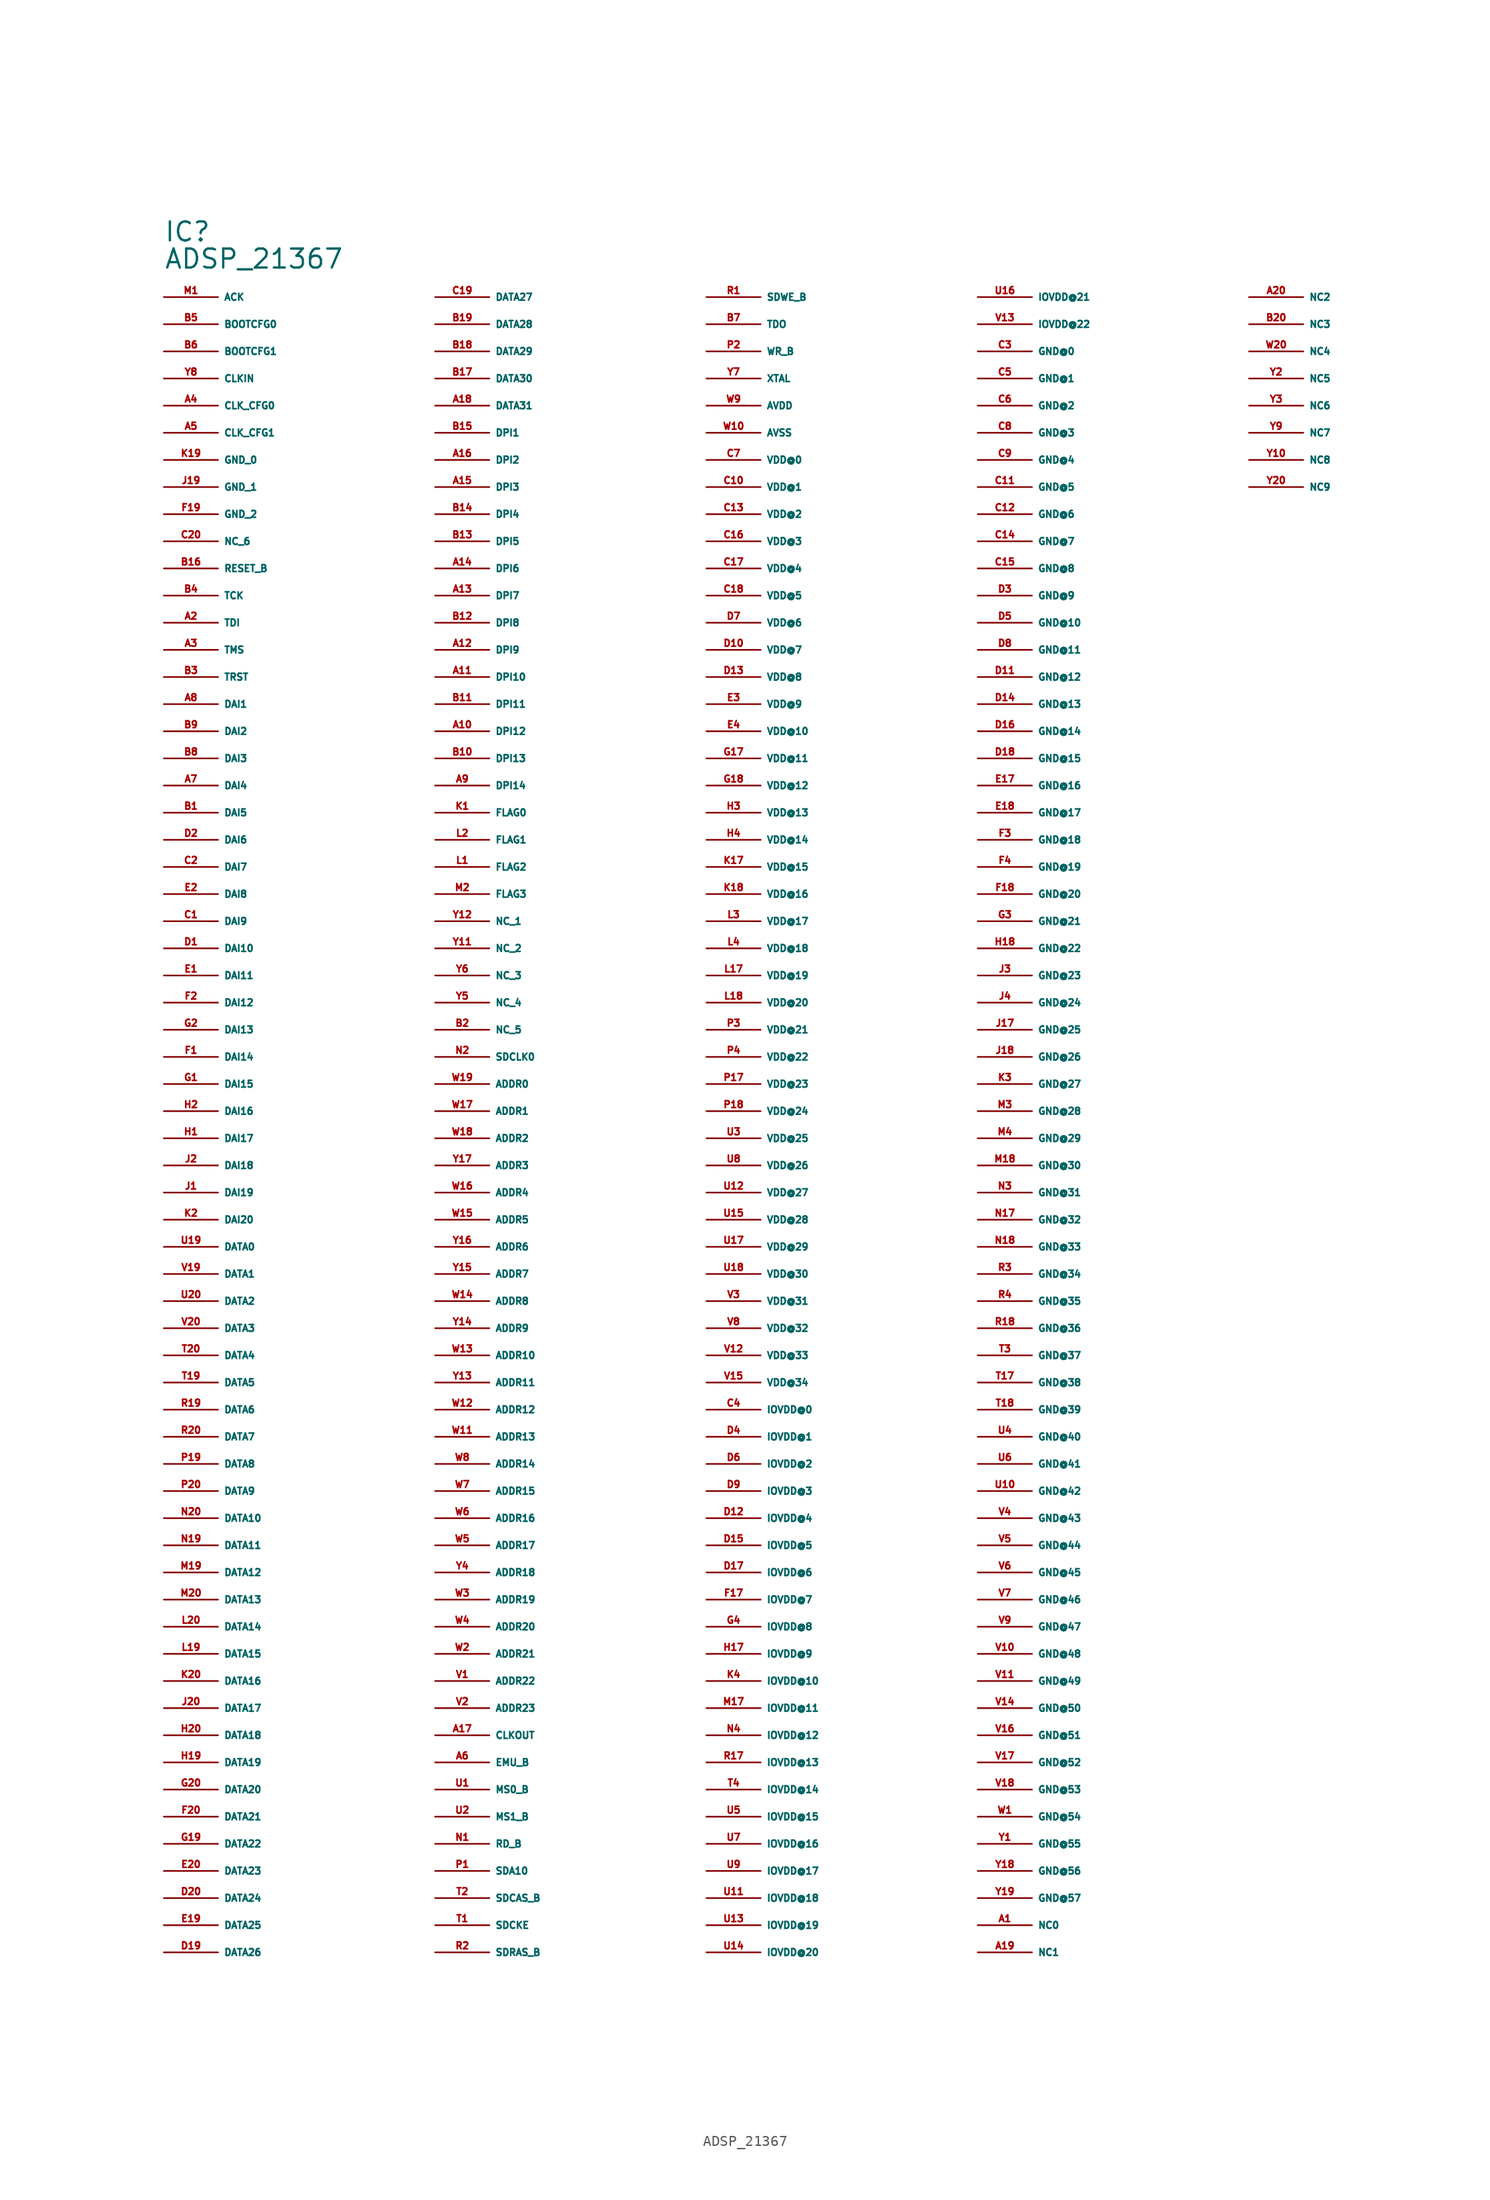
<source format=kicad_sym>
(kicad_symbol_lib
  (version 20220914)
  (generator Eagle2Kicad)
  (symbol "ADSP_21367"
    (property "Reference" "IC"
      (at -55.88 86.36 0)
      (effects (font (size 1.778 1.778) (thickness 0.22)) (justify left bottom)))
    (property "Value" "ADSP_21367"
      (at -55.88 83.82 0)
      (effects (font (size 1.778 1.778) (thickness 0.22)) (justify left bottom)))
    (pin input line
      (at -55.88 81.28 0)
      (length 5.08)
      (name "ACK" (effects (font (size 0.635 0.635) (thickness 0.08)) (justify left bottom)))
      (number "M1" (effects (font (size 0.635 0.635) (thickness 0.08)) (justify left bottom))))
    (pin input line
      (at -55.88 78.74 0)
      (length 5.08)
      (name "BOOTCFG0" (effects (font (size 0.635 0.635) (thickness 0.08)) (justify left bottom)))
      (number "B5" (effects (font (size 0.635 0.635) (thickness 0.08)) (justify left bottom))))
    (pin input line
      (at -55.88 76.2 0)
      (length 5.08)
      (name "BOOTCFG1" (effects (font (size 0.635 0.635) (thickness 0.08)) (justify left bottom)))
      (number "B6" (effects (font (size 0.635 0.635) (thickness 0.08)) (justify left bottom))))
    (pin input line
      (at -55.88 73.66 0)
      (length 5.08)
      (name "CLKIN" (effects (font (size 0.635 0.635) (thickness 0.08)) (justify left bottom)))
      (number "Y8" (effects (font (size 0.635 0.635) (thickness 0.08)) (justify left bottom))))
    (pin input line
      (at -55.88 71.12 0)
      (length 5.08)
      (name "CLK_CFG0" (effects (font (size 0.635 0.635) (thickness 0.08)) (justify left bottom)))
      (number "A4" (effects (font (size 0.635 0.635) (thickness 0.08)) (justify left bottom))))
    (pin input line
      (at -55.88 68.58 0)
      (length 5.08)
      (name "CLK_CFG1" (effects (font (size 0.635 0.635) (thickness 0.08)) (justify left bottom)))
      (number "A5" (effects (font (size 0.635 0.635) (thickness 0.08)) (justify left bottom))))
    (pin input line
      (at -55.88 66.04 0)
      (length 5.08)
      (name "GND_0" (effects (font (size 0.635 0.635) (thickness 0.08)) (justify left bottom)))
      (number "K19" (effects (font (size 0.635 0.635) (thickness 0.08)) (justify left bottom))))
    (pin input line
      (at -55.88 63.5 0)
      (length 5.08)
      (name "GND_1" (effects (font (size 0.635 0.635) (thickness 0.08)) (justify left bottom)))
      (number "J19" (effects (font (size 0.635 0.635) (thickness 0.08)) (justify left bottom))))
    (pin input line
      (at -55.88 60.96 0)
      (length 5.08)
      (name "GND_2" (effects (font (size 0.635 0.635) (thickness 0.08)) (justify left bottom)))
      (number "F19" (effects (font (size 0.635 0.635) (thickness 0.08)) (justify left bottom))))
    (pin input line
      (at -55.88 58.42 0)
      (length 5.08)
      (name "NC_6" (effects (font (size 0.635 0.635) (thickness 0.08)) (justify left bottom)))
      (number "C20" (effects (font (size 0.635 0.635) (thickness 0.08)) (justify left bottom))))
    (pin input line
      (at -55.88 55.88 0)
      (length 5.08)
      (name "RESET_B" (effects (font (size 0.635 0.635) (thickness 0.08)) (justify left bottom)))
      (number "B16" (effects (font (size 0.635 0.635) (thickness 0.08)) (justify left bottom))))
    (pin input line
      (at -55.88 53.34 0)
      (length 5.08)
      (name "TCK" (effects (font (size 0.635 0.635) (thickness 0.08)) (justify left bottom)))
      (number "B4" (effects (font (size 0.635 0.635) (thickness 0.08)) (justify left bottom))))
    (pin input line
      (at -55.88 50.8 0)
      (length 5.08)
      (name "TDI" (effects (font (size 0.635 0.635) (thickness 0.08)) (justify left bottom)))
      (number "A2" (effects (font (size 0.635 0.635) (thickness 0.08)) (justify left bottom))))
    (pin input line
      (at -55.88 48.26 0)
      (length 5.08)
      (name "TMS" (effects (font (size 0.635 0.635) (thickness 0.08)) (justify left bottom)))
      (number "A3" (effects (font (size 0.635 0.635) (thickness 0.08)) (justify left bottom))))
    (pin input line
      (at -55.88 45.72 0)
      (length 5.08)
      (name "TRST" (effects (font (size 0.635 0.635) (thickness 0.08)) (justify left bottom)))
      (number "B3" (effects (font (size 0.635 0.635) (thickness 0.08)) (justify left bottom))))
    (pin bidirectional line
      (at -55.88 43.18 0)
      (length 5.08)
      (name "DAI1" (effects (font (size 0.635 0.635) (thickness 0.08)) (justify left bottom)))
      (number "A8" (effects (font (size 0.635 0.635) (thickness 0.08)) (justify left bottom))))
    (pin bidirectional line
      (at -55.88 40.64 0)
      (length 5.08)
      (name "DAI2" (effects (font (size 0.635 0.635) (thickness 0.08)) (justify left bottom)))
      (number "B9" (effects (font (size 0.635 0.635) (thickness 0.08)) (justify left bottom))))
    (pin bidirectional line
      (at -55.88 38.1 0)
      (length 5.08)
      (name "DAI3" (effects (font (size 0.635 0.635) (thickness 0.08)) (justify left bottom)))
      (number "B8" (effects (font (size 0.635 0.635) (thickness 0.08)) (justify left bottom))))
    (pin bidirectional line
      (at -55.88 35.56 0)
      (length 5.08)
      (name "DAI4" (effects (font (size 0.635 0.635) (thickness 0.08)) (justify left bottom)))
      (number "A7" (effects (font (size 0.635 0.635) (thickness 0.08)) (justify left bottom))))
    (pin bidirectional line
      (at -55.88 33.02 0)
      (length 5.08)
      (name "DAI5" (effects (font (size 0.635 0.635) (thickness 0.08)) (justify left bottom)))
      (number "B1" (effects (font (size 0.635 0.635) (thickness 0.08)) (justify left bottom))))
    (pin bidirectional line
      (at -55.88 30.48 0)
      (length 5.08)
      (name "DAI6" (effects (font (size 0.635 0.635) (thickness 0.08)) (justify left bottom)))
      (number "D2" (effects (font (size 0.635 0.635) (thickness 0.08)) (justify left bottom))))
    (pin bidirectional line
      (at -55.88 27.94 0)
      (length 5.08)
      (name "DAI7" (effects (font (size 0.635 0.635) (thickness 0.08)) (justify left bottom)))
      (number "C2" (effects (font (size 0.635 0.635) (thickness 0.08)) (justify left bottom))))
    (pin bidirectional line
      (at -55.88 25.4 0)
      (length 5.08)
      (name "DAI8" (effects (font (size 0.635 0.635) (thickness 0.08)) (justify left bottom)))
      (number "E2" (effects (font (size 0.635 0.635) (thickness 0.08)) (justify left bottom))))
    (pin bidirectional line
      (at -55.88 22.86 0)
      (length 5.08)
      (name "DAI9" (effects (font (size 0.635 0.635) (thickness 0.08)) (justify left bottom)))
      (number "C1" (effects (font (size 0.635 0.635) (thickness 0.08)) (justify left bottom))))
    (pin bidirectional line
      (at -55.88 20.32 0)
      (length 5.08)
      (name "DAI10" (effects (font (size 0.635 0.635) (thickness 0.08)) (justify left bottom)))
      (number "D1" (effects (font (size 0.635 0.635) (thickness 0.08)) (justify left bottom))))
    (pin bidirectional line
      (at -55.88 17.78 0)
      (length 5.08)
      (name "DAI11" (effects (font (size 0.635 0.635) (thickness 0.08)) (justify left bottom)))
      (number "E1" (effects (font (size 0.635 0.635) (thickness 0.08)) (justify left bottom))))
    (pin bidirectional line
      (at -55.88 15.24 0)
      (length 5.08)
      (name "DAI12" (effects (font (size 0.635 0.635) (thickness 0.08)) (justify left bottom)))
      (number "F2" (effects (font (size 0.635 0.635) (thickness 0.08)) (justify left bottom))))
    (pin bidirectional line
      (at -55.88 12.7 0)
      (length 5.08)
      (name "DAI13" (effects (font (size 0.635 0.635) (thickness 0.08)) (justify left bottom)))
      (number "G2" (effects (font (size 0.635 0.635) (thickness 0.08)) (justify left bottom))))
    (pin bidirectional line
      (at -55.88 10.16 0)
      (length 5.08)
      (name "DAI14" (effects (font (size 0.635 0.635) (thickness 0.08)) (justify left bottom)))
      (number "F1" (effects (font (size 0.635 0.635) (thickness 0.08)) (justify left bottom))))
    (pin bidirectional line
      (at -55.88 7.62 0)
      (length 5.08)
      (name "DAI15" (effects (font (size 0.635 0.635) (thickness 0.08)) (justify left bottom)))
      (number "G1" (effects (font (size 0.635 0.635) (thickness 0.08)) (justify left bottom))))
    (pin bidirectional line
      (at -55.88 5.08 0)
      (length 5.08)
      (name "DAI16" (effects (font (size 0.635 0.635) (thickness 0.08)) (justify left bottom)))
      (number "H2" (effects (font (size 0.635 0.635) (thickness 0.08)) (justify left bottom))))
    (pin bidirectional line
      (at -55.88 2.54 0)
      (length 5.08)
      (name "DAI17" (effects (font (size 0.635 0.635) (thickness 0.08)) (justify left bottom)))
      (number "H1" (effects (font (size 0.635 0.635) (thickness 0.08)) (justify left bottom))))
    (pin bidirectional line
      (at -55.88 0 0)
      (length 5.08)
      (name "DAI18" (effects (font (size 0.635 0.635) (thickness 0.08)) (justify left bottom)))
      (number "J2" (effects (font (size 0.635 0.635) (thickness 0.08)) (justify left bottom))))
    (pin bidirectional line
      (at -55.88 -2.54 0)
      (length 5.08)
      (name "DAI19" (effects (font (size 0.635 0.635) (thickness 0.08)) (justify left bottom)))
      (number "J1" (effects (font (size 0.635 0.635) (thickness 0.08)) (justify left bottom))))
    (pin bidirectional line
      (at -55.88 -5.08 0)
      (length 5.08)
      (name "DAI20" (effects (font (size 0.635 0.635) (thickness 0.08)) (justify left bottom)))
      (number "K2" (effects (font (size 0.635 0.635) (thickness 0.08)) (justify left bottom))))
    (pin bidirectional line
      (at -55.88 -7.62 0)
      (length 5.08)
      (name "DATA0" (effects (font (size 0.635 0.635) (thickness 0.08)) (justify left bottom)))
      (number "U19" (effects (font (size 0.635 0.635) (thickness 0.08)) (justify left bottom))))
    (pin bidirectional line
      (at -55.88 -10.16 0)
      (length 5.08)
      (name "DATA1" (effects (font (size 0.635 0.635) (thickness 0.08)) (justify left bottom)))
      (number "V19" (effects (font (size 0.635 0.635) (thickness 0.08)) (justify left bottom))))
    (pin bidirectional line
      (at -55.88 -12.7 0)
      (length 5.08)
      (name "DATA2" (effects (font (size 0.635 0.635) (thickness 0.08)) (justify left bottom)))
      (number "U20" (effects (font (size 0.635 0.635) (thickness 0.08)) (justify left bottom))))
    (pin bidirectional line
      (at -55.88 -15.24 0)
      (length 5.08)
      (name "DATA3" (effects (font (size 0.635 0.635) (thickness 0.08)) (justify left bottom)))
      (number "V20" (effects (font (size 0.635 0.635) (thickness 0.08)) (justify left bottom))))
    (pin bidirectional line
      (at -55.88 -17.78 0)
      (length 5.08)
      (name "DATA4" (effects (font (size 0.635 0.635) (thickness 0.08)) (justify left bottom)))
      (number "T20" (effects (font (size 0.635 0.635) (thickness 0.08)) (justify left bottom))))
    (pin bidirectional line
      (at -55.88 -20.32 0)
      (length 5.08)
      (name "DATA5" (effects (font (size 0.635 0.635) (thickness 0.08)) (justify left bottom)))
      (number "T19" (effects (font (size 0.635 0.635) (thickness 0.08)) (justify left bottom))))
    (pin bidirectional line
      (at -55.88 -22.86 0)
      (length 5.08)
      (name "DATA6" (effects (font (size 0.635 0.635) (thickness 0.08)) (justify left bottom)))
      (number "R19" (effects (font (size 0.635 0.635) (thickness 0.08)) (justify left bottom))))
    (pin bidirectional line
      (at -55.88 -25.4 0)
      (length 5.08)
      (name "DATA7" (effects (font (size 0.635 0.635) (thickness 0.08)) (justify left bottom)))
      (number "R20" (effects (font (size 0.635 0.635) (thickness 0.08)) (justify left bottom))))
    (pin bidirectional line
      (at -55.88 -27.94 0)
      (length 5.08)
      (name "DATA8" (effects (font (size 0.635 0.635) (thickness 0.08)) (justify left bottom)))
      (number "P19" (effects (font (size 0.635 0.635) (thickness 0.08)) (justify left bottom))))
    (pin bidirectional line
      (at -55.88 -30.48 0)
      (length 5.08)
      (name "DATA9" (effects (font (size 0.635 0.635) (thickness 0.08)) (justify left bottom)))
      (number "P20" (effects (font (size 0.635 0.635) (thickness 0.08)) (justify left bottom))))
    (pin bidirectional line
      (at -55.88 -33.02 0)
      (length 5.08)
      (name "DATA10" (effects (font (size 0.635 0.635) (thickness 0.08)) (justify left bottom)))
      (number "N20" (effects (font (size 0.635 0.635) (thickness 0.08)) (justify left bottom))))
    (pin bidirectional line
      (at -55.88 -35.56 0)
      (length 5.08)
      (name "DATA11" (effects (font (size 0.635 0.635) (thickness 0.08)) (justify left bottom)))
      (number "N19" (effects (font (size 0.635 0.635) (thickness 0.08)) (justify left bottom))))
    (pin bidirectional line
      (at -55.88 -38.1 0)
      (length 5.08)
      (name "DATA12" (effects (font (size 0.635 0.635) (thickness 0.08)) (justify left bottom)))
      (number "M19" (effects (font (size 0.635 0.635) (thickness 0.08)) (justify left bottom))))
    (pin bidirectional line
      (at -55.88 -40.64 0)
      (length 5.08)
      (name "DATA13" (effects (font (size 0.635 0.635) (thickness 0.08)) (justify left bottom)))
      (number "M20" (effects (font (size 0.635 0.635) (thickness 0.08)) (justify left bottom))))
    (pin bidirectional line
      (at -55.88 -43.18 0)
      (length 5.08)
      (name "DATA14" (effects (font (size 0.635 0.635) (thickness 0.08)) (justify left bottom)))
      (number "L20" (effects (font (size 0.635 0.635) (thickness 0.08)) (justify left bottom))))
    (pin bidirectional line
      (at -55.88 -45.72 0)
      (length 5.08)
      (name "DATA15" (effects (font (size 0.635 0.635) (thickness 0.08)) (justify left bottom)))
      (number "L19" (effects (font (size 0.635 0.635) (thickness 0.08)) (justify left bottom))))
    (pin bidirectional line
      (at -55.88 -48.26 0)
      (length 5.08)
      (name "DATA16" (effects (font (size 0.635 0.635) (thickness 0.08)) (justify left bottom)))
      (number "K20" (effects (font (size 0.635 0.635) (thickness 0.08)) (justify left bottom))))
    (pin bidirectional line
      (at -55.88 -50.8 0)
      (length 5.08)
      (name "DATA17" (effects (font (size 0.635 0.635) (thickness 0.08)) (justify left bottom)))
      (number "J20" (effects (font (size 0.635 0.635) (thickness 0.08)) (justify left bottom))))
    (pin bidirectional line
      (at -55.88 -53.34 0)
      (length 5.08)
      (name "DATA18" (effects (font (size 0.635 0.635) (thickness 0.08)) (justify left bottom)))
      (number "H20" (effects (font (size 0.635 0.635) (thickness 0.08)) (justify left bottom))))
    (pin bidirectional line
      (at -55.88 -55.88 0)
      (length 5.08)
      (name "DATA19" (effects (font (size 0.635 0.635) (thickness 0.08)) (justify left bottom)))
      (number "H19" (effects (font (size 0.635 0.635) (thickness 0.08)) (justify left bottom))))
    (pin bidirectional line
      (at -55.88 -58.42 0)
      (length 5.08)
      (name "DATA20" (effects (font (size 0.635 0.635) (thickness 0.08)) (justify left bottom)))
      (number "G20" (effects (font (size 0.635 0.635) (thickness 0.08)) (justify left bottom))))
    (pin bidirectional line
      (at -55.88 -60.96 0)
      (length 5.08)
      (name "DATA21" (effects (font (size 0.635 0.635) (thickness 0.08)) (justify left bottom)))
      (number "F20" (effects (font (size 0.635 0.635) (thickness 0.08)) (justify left bottom))))
    (pin bidirectional line
      (at -55.88 -63.5 0)
      (length 5.08)
      (name "DATA22" (effects (font (size 0.635 0.635) (thickness 0.08)) (justify left bottom)))
      (number "G19" (effects (font (size 0.635 0.635) (thickness 0.08)) (justify left bottom))))
    (pin bidirectional line
      (at -55.88 -66.04 0)
      (length 5.08)
      (name "DATA23" (effects (font (size 0.635 0.635) (thickness 0.08)) (justify left bottom)))
      (number "E20" (effects (font (size 0.635 0.635) (thickness 0.08)) (justify left bottom))))
    (pin bidirectional line
      (at -55.88 -68.58 0)
      (length 5.08)
      (name "DATA24" (effects (font (size 0.635 0.635) (thickness 0.08)) (justify left bottom)))
      (number "D20" (effects (font (size 0.635 0.635) (thickness 0.08)) (justify left bottom))))
    (pin bidirectional line
      (at -55.88 -71.12 0)
      (length 5.08)
      (name "DATA25" (effects (font (size 0.635 0.635) (thickness 0.08)) (justify left bottom)))
      (number "E19" (effects (font (size 0.635 0.635) (thickness 0.08)) (justify left bottom))))
    (pin bidirectional line
      (at -55.88 -73.66 0)
      (length 5.08)
      (name "DATA26" (effects (font (size 0.635 0.635) (thickness 0.08)) (justify left bottom)))
      (number "D19" (effects (font (size 0.635 0.635) (thickness 0.08)) (justify left bottom))))
    (pin bidirectional line
      (at -30.48 81.28 0)
      (length 5.08)
      (name "DATA27" (effects (font (size 0.635 0.635) (thickness 0.08)) (justify left bottom)))
      (number "C19" (effects (font (size 0.635 0.635) (thickness 0.08)) (justify left bottom))))
    (pin bidirectional line
      (at -30.48 78.74 0)
      (length 5.08)
      (name "DATA28" (effects (font (size 0.635 0.635) (thickness 0.08)) (justify left bottom)))
      (number "B19" (effects (font (size 0.635 0.635) (thickness 0.08)) (justify left bottom))))
    (pin bidirectional line
      (at -30.48 76.2 0)
      (length 5.08)
      (name "DATA29" (effects (font (size 0.635 0.635) (thickness 0.08)) (justify left bottom)))
      (number "B18" (effects (font (size 0.635 0.635) (thickness 0.08)) (justify left bottom))))
    (pin bidirectional line
      (at -30.48 73.66 0)
      (length 5.08)
      (name "DATA30" (effects (font (size 0.635 0.635) (thickness 0.08)) (justify left bottom)))
      (number "B17" (effects (font (size 0.635 0.635) (thickness 0.08)) (justify left bottom))))
    (pin bidirectional line
      (at -30.48 71.12 0)
      (length 5.08)
      (name "DATA31" (effects (font (size 0.635 0.635) (thickness 0.08)) (justify left bottom)))
      (number "A18" (effects (font (size 0.635 0.635) (thickness 0.08)) (justify left bottom))))
    (pin bidirectional line
      (at -30.48 68.58 0)
      (length 5.08)
      (name "DPI1" (effects (font (size 0.635 0.635) (thickness 0.08)) (justify left bottom)))
      (number "B15" (effects (font (size 0.635 0.635) (thickness 0.08)) (justify left bottom))))
    (pin bidirectional line
      (at -30.48 66.04 0)
      (length 5.08)
      (name "DPI2" (effects (font (size 0.635 0.635) (thickness 0.08)) (justify left bottom)))
      (number "A16" (effects (font (size 0.635 0.635) (thickness 0.08)) (justify left bottom))))
    (pin bidirectional line
      (at -30.48 63.5 0)
      (length 5.08)
      (name "DPI3" (effects (font (size 0.635 0.635) (thickness 0.08)) (justify left bottom)))
      (number "A15" (effects (font (size 0.635 0.635) (thickness 0.08)) (justify left bottom))))
    (pin bidirectional line
      (at -30.48 60.96 0)
      (length 5.08)
      (name "DPI4" (effects (font (size 0.635 0.635) (thickness 0.08)) (justify left bottom)))
      (number "B14" (effects (font (size 0.635 0.635) (thickness 0.08)) (justify left bottom))))
    (pin bidirectional line
      (at -30.48 58.42 0)
      (length 5.08)
      (name "DPI5" (effects (font (size 0.635 0.635) (thickness 0.08)) (justify left bottom)))
      (number "B13" (effects (font (size 0.635 0.635) (thickness 0.08)) (justify left bottom))))
    (pin bidirectional line
      (at -30.48 55.88 0)
      (length 5.08)
      (name "DPI6" (effects (font (size 0.635 0.635) (thickness 0.08)) (justify left bottom)))
      (number "A14" (effects (font (size 0.635 0.635) (thickness 0.08)) (justify left bottom))))
    (pin bidirectional line
      (at -30.48 53.34 0)
      (length 5.08)
      (name "DPI7" (effects (font (size 0.635 0.635) (thickness 0.08)) (justify left bottom)))
      (number "A13" (effects (font (size 0.635 0.635) (thickness 0.08)) (justify left bottom))))
    (pin bidirectional line
      (at -30.48 50.8 0)
      (length 5.08)
      (name "DPI8" (effects (font (size 0.635 0.635) (thickness 0.08)) (justify left bottom)))
      (number "B12" (effects (font (size 0.635 0.635) (thickness 0.08)) (justify left bottom))))
    (pin bidirectional line
      (at -30.48 48.26 0)
      (length 5.08)
      (name "DPI9" (effects (font (size 0.635 0.635) (thickness 0.08)) (justify left bottom)))
      (number "A12" (effects (font (size 0.635 0.635) (thickness 0.08)) (justify left bottom))))
    (pin bidirectional line
      (at -30.48 45.72 0)
      (length 5.08)
      (name "DPI10" (effects (font (size 0.635 0.635) (thickness 0.08)) (justify left bottom)))
      (number "A11" (effects (font (size 0.635 0.635) (thickness 0.08)) (justify left bottom))))
    (pin bidirectional line
      (at -30.48 43.18 0)
      (length 5.08)
      (name "DPI11" (effects (font (size 0.635 0.635) (thickness 0.08)) (justify left bottom)))
      (number "B11" (effects (font (size 0.635 0.635) (thickness 0.08)) (justify left bottom))))
    (pin bidirectional line
      (at -30.48 40.64 0)
      (length 5.08)
      (name "DPI12" (effects (font (size 0.635 0.635) (thickness 0.08)) (justify left bottom)))
      (number "A10" (effects (font (size 0.635 0.635) (thickness 0.08)) (justify left bottom))))
    (pin bidirectional line
      (at -30.48 38.1 0)
      (length 5.08)
      (name "DPI13" (effects (font (size 0.635 0.635) (thickness 0.08)) (justify left bottom)))
      (number "B10" (effects (font (size 0.635 0.635) (thickness 0.08)) (justify left bottom))))
    (pin bidirectional line
      (at -30.48 35.56 0)
      (length 5.08)
      (name "DPI14" (effects (font (size 0.635 0.635) (thickness 0.08)) (justify left bottom)))
      (number "A9" (effects (font (size 0.635 0.635) (thickness 0.08)) (justify left bottom))))
    (pin bidirectional line
      (at -30.48 33.02 0)
      (length 5.08)
      (name "FLAG0" (effects (font (size 0.635 0.635) (thickness 0.08)) (justify left bottom)))
      (number "K1" (effects (font (size 0.635 0.635) (thickness 0.08)) (justify left bottom))))
    (pin bidirectional line
      (at -30.48 30.48 0)
      (length 5.08)
      (name "FLAG1" (effects (font (size 0.635 0.635) (thickness 0.08)) (justify left bottom)))
      (number "L2" (effects (font (size 0.635 0.635) (thickness 0.08)) (justify left bottom))))
    (pin bidirectional line
      (at -30.48 27.94 0)
      (length 5.08)
      (name "FLAG2" (effects (font (size 0.635 0.635) (thickness 0.08)) (justify left bottom)))
      (number "L1" (effects (font (size 0.635 0.635) (thickness 0.08)) (justify left bottom))))
    (pin bidirectional line
      (at -30.48 25.4 0)
      (length 5.08)
      (name "FLAG3" (effects (font (size 0.635 0.635) (thickness 0.08)) (justify left bottom)))
      (number "M2" (effects (font (size 0.635 0.635) (thickness 0.08)) (justify left bottom))))
    (pin bidirectional line
      (at -30.48 22.86 0)
      (length 5.08)
      (name "NC_1" (effects (font (size 0.635 0.635) (thickness 0.08)) (justify left bottom)))
      (number "Y12" (effects (font (size 0.635 0.635) (thickness 0.08)) (justify left bottom))))
    (pin bidirectional line
      (at -30.48 20.32 0)
      (length 5.08)
      (name "NC_2" (effects (font (size 0.635 0.635) (thickness 0.08)) (justify left bottom)))
      (number "Y11" (effects (font (size 0.635 0.635) (thickness 0.08)) (justify left bottom))))
    (pin bidirectional line
      (at -30.48 17.78 0)
      (length 5.08)
      (name "NC_3" (effects (font (size 0.635 0.635) (thickness 0.08)) (justify left bottom)))
      (number "Y6" (effects (font (size 0.635 0.635) (thickness 0.08)) (justify left bottom))))
    (pin bidirectional line
      (at -30.48 15.24 0)
      (length 5.08)
      (name "NC_4" (effects (font (size 0.635 0.635) (thickness 0.08)) (justify left bottom)))
      (number "Y5" (effects (font (size 0.635 0.635) (thickness 0.08)) (justify left bottom))))
    (pin bidirectional line
      (at -30.48 12.7 0)
      (length 5.08)
      (name "NC_5" (effects (font (size 0.635 0.635) (thickness 0.08)) (justify left bottom)))
      (number "B2" (effects (font (size 0.635 0.635) (thickness 0.08)) (justify left bottom))))
    (pin bidirectional line
      (at -30.48 10.16 0)
      (length 5.08)
      (name "SDCLK0" (effects (font (size 0.635 0.635) (thickness 0.08)) (justify left bottom)))
      (number "N2" (effects (font (size 0.635 0.635) (thickness 0.08)) (justify left bottom))))
    (pin output line
      (at -30.48 7.62 0)
      (length 5.08)
      (name "ADDR0" (effects (font (size 0.635 0.635) (thickness 0.08)) (justify left bottom)))
      (number "W19" (effects (font (size 0.635 0.635) (thickness 0.08)) (justify left bottom))))
    (pin output line
      (at -30.48 5.08 0)
      (length 5.08)
      (name "ADDR1" (effects (font (size 0.635 0.635) (thickness 0.08)) (justify left bottom)))
      (number "W17" (effects (font (size 0.635 0.635) (thickness 0.08)) (justify left bottom))))
    (pin output line
      (at -30.48 2.54 0)
      (length 5.08)
      (name "ADDR2" (effects (font (size 0.635 0.635) (thickness 0.08)) (justify left bottom)))
      (number "W18" (effects (font (size 0.635 0.635) (thickness 0.08)) (justify left bottom))))
    (pin output line
      (at -30.48 0 0)
      (length 5.08)
      (name "ADDR3" (effects (font (size 0.635 0.635) (thickness 0.08)) (justify left bottom)))
      (number "Y17" (effects (font (size 0.635 0.635) (thickness 0.08)) (justify left bottom))))
    (pin output line
      (at -30.48 -2.54 0)
      (length 5.08)
      (name "ADDR4" (effects (font (size 0.635 0.635) (thickness 0.08)) (justify left bottom)))
      (number "W16" (effects (font (size 0.635 0.635) (thickness 0.08)) (justify left bottom))))
    (pin output line
      (at -30.48 -5.08 0)
      (length 5.08)
      (name "ADDR5" (effects (font (size 0.635 0.635) (thickness 0.08)) (justify left bottom)))
      (number "W15" (effects (font (size 0.635 0.635) (thickness 0.08)) (justify left bottom))))
    (pin output line
      (at -30.48 -7.62 0)
      (length 5.08)
      (name "ADDR6" (effects (font (size 0.635 0.635) (thickness 0.08)) (justify left bottom)))
      (number "Y16" (effects (font (size 0.635 0.635) (thickness 0.08)) (justify left bottom))))
    (pin output line
      (at -30.48 -10.16 0)
      (length 5.08)
      (name "ADDR7" (effects (font (size 0.635 0.635) (thickness 0.08)) (justify left bottom)))
      (number "Y15" (effects (font (size 0.635 0.635) (thickness 0.08)) (justify left bottom))))
    (pin output line
      (at -30.48 -12.7 0)
      (length 5.08)
      (name "ADDR8" (effects (font (size 0.635 0.635) (thickness 0.08)) (justify left bottom)))
      (number "W14" (effects (font (size 0.635 0.635) (thickness 0.08)) (justify left bottom))))
    (pin output line
      (at -30.48 -15.24 0)
      (length 5.08)
      (name "ADDR9" (effects (font (size 0.635 0.635) (thickness 0.08)) (justify left bottom)))
      (number "Y14" (effects (font (size 0.635 0.635) (thickness 0.08)) (justify left bottom))))
    (pin output line
      (at -30.48 -17.78 0)
      (length 5.08)
      (name "ADDR10" (effects (font (size 0.635 0.635) (thickness 0.08)) (justify left bottom)))
      (number "W13" (effects (font (size 0.635 0.635) (thickness 0.08)) (justify left bottom))))
    (pin output line
      (at -30.48 -20.32 0)
      (length 5.08)
      (name "ADDR11" (effects (font (size 0.635 0.635) (thickness 0.08)) (justify left bottom)))
      (number "Y13" (effects (font (size 0.635 0.635) (thickness 0.08)) (justify left bottom))))
    (pin output line
      (at -30.48 -22.86 0)
      (length 5.08)
      (name "ADDR12" (effects (font (size 0.635 0.635) (thickness 0.08)) (justify left bottom)))
      (number "W12" (effects (font (size 0.635 0.635) (thickness 0.08)) (justify left bottom))))
    (pin output line
      (at -30.48 -25.4 0)
      (length 5.08)
      (name "ADDR13" (effects (font (size 0.635 0.635) (thickness 0.08)) (justify left bottom)))
      (number "W11" (effects (font (size 0.635 0.635) (thickness 0.08)) (justify left bottom))))
    (pin output line
      (at -30.48 -27.94 0)
      (length 5.08)
      (name "ADDR14" (effects (font (size 0.635 0.635) (thickness 0.08)) (justify left bottom)))
      (number "W8" (effects (font (size 0.635 0.635) (thickness 0.08)) (justify left bottom))))
    (pin output line
      (at -30.48 -30.48 0)
      (length 5.08)
      (name "ADDR15" (effects (font (size 0.635 0.635) (thickness 0.08)) (justify left bottom)))
      (number "W7" (effects (font (size 0.635 0.635) (thickness 0.08)) (justify left bottom))))
    (pin output line
      (at -30.48 -33.02 0)
      (length 5.08)
      (name "ADDR16" (effects (font (size 0.635 0.635) (thickness 0.08)) (justify left bottom)))
      (number "W6" (effects (font (size 0.635 0.635) (thickness 0.08)) (justify left bottom))))
    (pin output line
      (at -30.48 -35.56 0)
      (length 5.08)
      (name "ADDR17" (effects (font (size 0.635 0.635) (thickness 0.08)) (justify left bottom)))
      (number "W5" (effects (font (size 0.635 0.635) (thickness 0.08)) (justify left bottom))))
    (pin output line
      (at -30.48 -38.1 0)
      (length 5.08)
      (name "ADDR18" (effects (font (size 0.635 0.635) (thickness 0.08)) (justify left bottom)))
      (number "Y4" (effects (font (size 0.635 0.635) (thickness 0.08)) (justify left bottom))))
    (pin output line
      (at -30.48 -40.64 0)
      (length 5.08)
      (name "ADDR19" (effects (font (size 0.635 0.635) (thickness 0.08)) (justify left bottom)))
      (number "W3" (effects (font (size 0.635 0.635) (thickness 0.08)) (justify left bottom))))
    (pin output line
      (at -30.48 -43.18 0)
      (length 5.08)
      (name "ADDR20" (effects (font (size 0.635 0.635) (thickness 0.08)) (justify left bottom)))
      (number "W4" (effects (font (size 0.635 0.635) (thickness 0.08)) (justify left bottom))))
    (pin output line
      (at -30.48 -45.72 0)
      (length 5.08)
      (name "ADDR21" (effects (font (size 0.635 0.635) (thickness 0.08)) (justify left bottom)))
      (number "W2" (effects (font (size 0.635 0.635) (thickness 0.08)) (justify left bottom))))
    (pin output line
      (at -30.48 -48.26 0)
      (length 5.08)
      (name "ADDR22" (effects (font (size 0.635 0.635) (thickness 0.08)) (justify left bottom)))
      (number "V1" (effects (font (size 0.635 0.635) (thickness 0.08)) (justify left bottom))))
    (pin output line
      (at -30.48 -50.8 0)
      (length 5.08)
      (name "ADDR23" (effects (font (size 0.635 0.635) (thickness 0.08)) (justify left bottom)))
      (number "V2" (effects (font (size 0.635 0.635) (thickness 0.08)) (justify left bottom))))
    (pin output line
      (at -30.48 -53.34 0)
      (length 5.08)
      (name "CLKOUT" (effects (font (size 0.635 0.635) (thickness 0.08)) (justify left bottom)))
      (number "A17" (effects (font (size 0.635 0.635) (thickness 0.08)) (justify left bottom))))
    (pin output line
      (at -30.48 -55.88 0)
      (length 5.08)
      (name "EMU_B" (effects (font (size 0.635 0.635) (thickness 0.08)) (justify left bottom)))
      (number "A6" (effects (font (size 0.635 0.635) (thickness 0.08)) (justify left bottom))))
    (pin output line
      (at -30.48 -58.42 0)
      (length 5.08)
      (name "MS0_B" (effects (font (size 0.635 0.635) (thickness 0.08)) (justify left bottom)))
      (number "U1" (effects (font (size 0.635 0.635) (thickness 0.08)) (justify left bottom))))
    (pin output line
      (at -30.48 -60.96 0)
      (length 5.08)
      (name "MS1_B" (effects (font (size 0.635 0.635) (thickness 0.08)) (justify left bottom)))
      (number "U2" (effects (font (size 0.635 0.635) (thickness 0.08)) (justify left bottom))))
    (pin output line
      (at -30.48 -63.5 0)
      (length 5.08)
      (name "RD_B" (effects (font (size 0.635 0.635) (thickness 0.08)) (justify left bottom)))
      (number "N1" (effects (font (size 0.635 0.635) (thickness 0.08)) (justify left bottom))))
    (pin output line
      (at -30.48 -66.04 0)
      (length 5.08)
      (name "SDA10" (effects (font (size 0.635 0.635) (thickness 0.08)) (justify left bottom)))
      (number "P1" (effects (font (size 0.635 0.635) (thickness 0.08)) (justify left bottom))))
    (pin output line
      (at -30.48 -68.58 0)
      (length 5.08)
      (name "SDCAS_B" (effects (font (size 0.635 0.635) (thickness 0.08)) (justify left bottom)))
      (number "T2" (effects (font (size 0.635 0.635) (thickness 0.08)) (justify left bottom))))
    (pin output line
      (at -30.48 -71.12 0)
      (length 5.08)
      (name "SDCKE" (effects (font (size 0.635 0.635) (thickness 0.08)) (justify left bottom)))
      (number "T1" (effects (font (size 0.635 0.635) (thickness 0.08)) (justify left bottom))))
    (pin output line
      (at -30.48 -73.66 0)
      (length 5.08)
      (name "SDRAS_B" (effects (font (size 0.635 0.635) (thickness 0.08)) (justify left bottom)))
      (number "R2" (effects (font (size 0.635 0.635) (thickness 0.08)) (justify left bottom))))
    (pin output line
      (at -5.08 81.28 0)
      (length 5.08)
      (name "SDWE_B" (effects (font (size 0.635 0.635) (thickness 0.08)) (justify left bottom)))
      (number "R1" (effects (font (size 0.635 0.635) (thickness 0.08)) (justify left bottom))))
    (pin output line
      (at -5.08 78.74 0)
      (length 5.08)
      (name "TDO" (effects (font (size 0.635 0.635) (thickness 0.08)) (justify left bottom)))
      (number "B7" (effects (font (size 0.635 0.635) (thickness 0.08)) (justify left bottom))))
    (pin output line
      (at -5.08 76.2 0)
      (length 5.08)
      (name "WR_B" (effects (font (size 0.635 0.635) (thickness 0.08)) (justify left bottom)))
      (number "P2" (effects (font (size 0.635 0.635) (thickness 0.08)) (justify left bottom))))
    (pin output line
      (at -5.08 73.66 0)
      (length 5.08)
      (name "XTAL" (effects (font (size 0.635 0.635) (thickness 0.08)) (justify left bottom)))
      (number "Y7" (effects (font (size 0.635 0.635) (thickness 0.08)) (justify left bottom))))
    (pin unspecified line
      (at -5.08 71.12 0)
      (length 5.08)
      (name "AVDD" (effects (font (size 0.635 0.635) (thickness 0.08)) (justify left bottom)))
      (number "W9" (effects (font (size 0.635 0.635) (thickness 0.08)) (justify left bottom))))
    (pin unspecified line
      (at -5.08 68.58 0)
      (length 5.08)
      (name "AVSS" (effects (font (size 0.635 0.635) (thickness 0.08)) (justify left bottom)))
      (number "W10" (effects (font (size 0.635 0.635) (thickness 0.08)) (justify left bottom))))
    (pin unspecified line
      (at -5.08 66.04 0)
      (length 5.08)
      (name "VDD@0" (effects (font (size 0.635 0.635) (thickness 0.08)) (justify left bottom)))
      (number "C7" (effects (font (size 0.635 0.635) (thickness 0.08)) (justify left bottom))))
    (pin unspecified line
      (at -5.08 63.5 0)
      (length 5.08)
      (name "VDD@1" (effects (font (size 0.635 0.635) (thickness 0.08)) (justify left bottom)))
      (number "C10" (effects (font (size 0.635 0.635) (thickness 0.08)) (justify left bottom))))
    (pin unspecified line
      (at -5.08 60.96 0)
      (length 5.08)
      (name "VDD@2" (effects (font (size 0.635 0.635) (thickness 0.08)) (justify left bottom)))
      (number "C13" (effects (font (size 0.635 0.635) (thickness 0.08)) (justify left bottom))))
    (pin unspecified line
      (at -5.08 58.42 0)
      (length 5.08)
      (name "VDD@3" (effects (font (size 0.635 0.635) (thickness 0.08)) (justify left bottom)))
      (number "C16" (effects (font (size 0.635 0.635) (thickness 0.08)) (justify left bottom))))
    (pin unspecified line
      (at -5.08 55.88 0)
      (length 5.08)
      (name "VDD@4" (effects (font (size 0.635 0.635) (thickness 0.08)) (justify left bottom)))
      (number "C17" (effects (font (size 0.635 0.635) (thickness 0.08)) (justify left bottom))))
    (pin unspecified line
      (at -5.08 53.34 0)
      (length 5.08)
      (name "VDD@5" (effects (font (size 0.635 0.635) (thickness 0.08)) (justify left bottom)))
      (number "C18" (effects (font (size 0.635 0.635) (thickness 0.08)) (justify left bottom))))
    (pin unspecified line
      (at -5.08 50.8 0)
      (length 5.08)
      (name "VDD@6" (effects (font (size 0.635 0.635) (thickness 0.08)) (justify left bottom)))
      (number "D7" (effects (font (size 0.635 0.635) (thickness 0.08)) (justify left bottom))))
    (pin unspecified line
      (at -5.08 48.26 0)
      (length 5.08)
      (name "VDD@7" (effects (font (size 0.635 0.635) (thickness 0.08)) (justify left bottom)))
      (number "D10" (effects (font (size 0.635 0.635) (thickness 0.08)) (justify left bottom))))
    (pin unspecified line
      (at -5.08 45.72 0)
      (length 5.08)
      (name "VDD@8" (effects (font (size 0.635 0.635) (thickness 0.08)) (justify left bottom)))
      (number "D13" (effects (font (size 0.635 0.635) (thickness 0.08)) (justify left bottom))))
    (pin unspecified line
      (at -5.08 43.18 0)
      (length 5.08)
      (name "VDD@9" (effects (font (size 0.635 0.635) (thickness 0.08)) (justify left bottom)))
      (number "E3" (effects (font (size 0.635 0.635) (thickness 0.08)) (justify left bottom))))
    (pin unspecified line
      (at -5.08 40.64 0)
      (length 5.08)
      (name "VDD@10" (effects (font (size 0.635 0.635) (thickness 0.08)) (justify left bottom)))
      (number "E4" (effects (font (size 0.635 0.635) (thickness 0.08)) (justify left bottom))))
    (pin unspecified line
      (at -5.08 38.1 0)
      (length 5.08)
      (name "VDD@11" (effects (font (size 0.635 0.635) (thickness 0.08)) (justify left bottom)))
      (number "G17" (effects (font (size 0.635 0.635) (thickness 0.08)) (justify left bottom))))
    (pin unspecified line
      (at -5.08 35.56 0)
      (length 5.08)
      (name "VDD@12" (effects (font (size 0.635 0.635) (thickness 0.08)) (justify left bottom)))
      (number "G18" (effects (font (size 0.635 0.635) (thickness 0.08)) (justify left bottom))))
    (pin unspecified line
      (at -5.08 33.02 0)
      (length 5.08)
      (name "VDD@13" (effects (font (size 0.635 0.635) (thickness 0.08)) (justify left bottom)))
      (number "H3" (effects (font (size 0.635 0.635) (thickness 0.08)) (justify left bottom))))
    (pin unspecified line
      (at -5.08 30.48 0)
      (length 5.08)
      (name "VDD@14" (effects (font (size 0.635 0.635) (thickness 0.08)) (justify left bottom)))
      (number "H4" (effects (font (size 0.635 0.635) (thickness 0.08)) (justify left bottom))))
    (pin unspecified line
      (at -5.08 27.94 0)
      (length 5.08)
      (name "VDD@15" (effects (font (size 0.635 0.635) (thickness 0.08)) (justify left bottom)))
      (number "K17" (effects (font (size 0.635 0.635) (thickness 0.08)) (justify left bottom))))
    (pin unspecified line
      (at -5.08 25.4 0)
      (length 5.08)
      (name "VDD@16" (effects (font (size 0.635 0.635) (thickness 0.08)) (justify left bottom)))
      (number "K18" (effects (font (size 0.635 0.635) (thickness 0.08)) (justify left bottom))))
    (pin unspecified line
      (at -5.08 22.86 0)
      (length 5.08)
      (name "VDD@17" (effects (font (size 0.635 0.635) (thickness 0.08)) (justify left bottom)))
      (number "L3" (effects (font (size 0.635 0.635) (thickness 0.08)) (justify left bottom))))
    (pin unspecified line
      (at -5.08 20.32 0)
      (length 5.08)
      (name "VDD@18" (effects (font (size 0.635 0.635) (thickness 0.08)) (justify left bottom)))
      (number "L4" (effects (font (size 0.635 0.635) (thickness 0.08)) (justify left bottom))))
    (pin unspecified line
      (at -5.08 17.78 0)
      (length 5.08)
      (name "VDD@19" (effects (font (size 0.635 0.635) (thickness 0.08)) (justify left bottom)))
      (number "L17" (effects (font (size 0.635 0.635) (thickness 0.08)) (justify left bottom))))
    (pin unspecified line
      (at -5.08 15.24 0)
      (length 5.08)
      (name "VDD@20" (effects (font (size 0.635 0.635) (thickness 0.08)) (justify left bottom)))
      (number "L18" (effects (font (size 0.635 0.635) (thickness 0.08)) (justify left bottom))))
    (pin unspecified line
      (at -5.08 12.7 0)
      (length 5.08)
      (name "VDD@21" (effects (font (size 0.635 0.635) (thickness 0.08)) (justify left bottom)))
      (number "P3" (effects (font (size 0.635 0.635) (thickness 0.08)) (justify left bottom))))
    (pin unspecified line
      (at -5.08 10.16 0)
      (length 5.08)
      (name "VDD@22" (effects (font (size 0.635 0.635) (thickness 0.08)) (justify left bottom)))
      (number "P4" (effects (font (size 0.635 0.635) (thickness 0.08)) (justify left bottom))))
    (pin unspecified line
      (at -5.08 7.62 0)
      (length 5.08)
      (name "VDD@23" (effects (font (size 0.635 0.635) (thickness 0.08)) (justify left bottom)))
      (number "P17" (effects (font (size 0.635 0.635) (thickness 0.08)) (justify left bottom))))
    (pin unspecified line
      (at -5.08 5.08 0)
      (length 5.08)
      (name "VDD@24" (effects (font (size 0.635 0.635) (thickness 0.08)) (justify left bottom)))
      (number "P18" (effects (font (size 0.635 0.635) (thickness 0.08)) (justify left bottom))))
    (pin unspecified line
      (at -5.08 2.54 0)
      (length 5.08)
      (name "VDD@25" (effects (font (size 0.635 0.635) (thickness 0.08)) (justify left bottom)))
      (number "U3" (effects (font (size 0.635 0.635) (thickness 0.08)) (justify left bottom))))
    (pin unspecified line
      (at -5.08 0 0)
      (length 5.08)
      (name "VDD@26" (effects (font (size 0.635 0.635) (thickness 0.08)) (justify left bottom)))
      (number "U8" (effects (font (size 0.635 0.635) (thickness 0.08)) (justify left bottom))))
    (pin unspecified line
      (at -5.08 -2.54 0)
      (length 5.08)
      (name "VDD@27" (effects (font (size 0.635 0.635) (thickness 0.08)) (justify left bottom)))
      (number "U12" (effects (font (size 0.635 0.635) (thickness 0.08)) (justify left bottom))))
    (pin unspecified line
      (at -5.08 -5.08 0)
      (length 5.08)
      (name "VDD@28" (effects (font (size 0.635 0.635) (thickness 0.08)) (justify left bottom)))
      (number "U15" (effects (font (size 0.635 0.635) (thickness 0.08)) (justify left bottom))))
    (pin unspecified line
      (at -5.08 -7.62 0)
      (length 5.08)
      (name "VDD@29" (effects (font (size 0.635 0.635) (thickness 0.08)) (justify left bottom)))
      (number "U17" (effects (font (size 0.635 0.635) (thickness 0.08)) (justify left bottom))))
    (pin unspecified line
      (at -5.08 -10.16 0)
      (length 5.08)
      (name "VDD@30" (effects (font (size 0.635 0.635) (thickness 0.08)) (justify left bottom)))
      (number "U18" (effects (font (size 0.635 0.635) (thickness 0.08)) (justify left bottom))))
    (pin unspecified line
      (at -5.08 -12.7 0)
      (length 5.08)
      (name "VDD@31" (effects (font (size 0.635 0.635) (thickness 0.08)) (justify left bottom)))
      (number "V3" (effects (font (size 0.635 0.635) (thickness 0.08)) (justify left bottom))))
    (pin unspecified line
      (at -5.08 -15.24 0)
      (length 5.08)
      (name "VDD@32" (effects (font (size 0.635 0.635) (thickness 0.08)) (justify left bottom)))
      (number "V8" (effects (font (size 0.635 0.635) (thickness 0.08)) (justify left bottom))))
    (pin unspecified line
      (at -5.08 -17.78 0)
      (length 5.08)
      (name "VDD@33" (effects (font (size 0.635 0.635) (thickness 0.08)) (justify left bottom)))
      (number "V12" (effects (font (size 0.635 0.635) (thickness 0.08)) (justify left bottom))))
    (pin unspecified line
      (at -5.08 -20.32 0)
      (length 5.08)
      (name "VDD@34" (effects (font (size 0.635 0.635) (thickness 0.08)) (justify left bottom)))
      (number "V15" (effects (font (size 0.635 0.635) (thickness 0.08)) (justify left bottom))))
    (pin unspecified line
      (at -5.08 -22.86 0)
      (length 5.08)
      (name "IOVDD@0" (effects (font (size 0.635 0.635) (thickness 0.08)) (justify left bottom)))
      (number "C4" (effects (font (size 0.635 0.635) (thickness 0.08)) (justify left bottom))))
    (pin unspecified line
      (at -5.08 -25.4 0)
      (length 5.08)
      (name "IOVDD@1" (effects (font (size 0.635 0.635) (thickness 0.08)) (justify left bottom)))
      (number "D4" (effects (font (size 0.635 0.635) (thickness 0.08)) (justify left bottom))))
    (pin unspecified line
      (at -5.08 -27.94 0)
      (length 5.08)
      (name "IOVDD@2" (effects (font (size 0.635 0.635) (thickness 0.08)) (justify left bottom)))
      (number "D6" (effects (font (size 0.635 0.635) (thickness 0.08)) (justify left bottom))))
    (pin unspecified line
      (at -5.08 -30.48 0)
      (length 5.08)
      (name "IOVDD@3" (effects (font (size 0.635 0.635) (thickness 0.08)) (justify left bottom)))
      (number "D9" (effects (font (size 0.635 0.635) (thickness 0.08)) (justify left bottom))))
    (pin unspecified line
      (at -5.08 -33.02 0)
      (length 5.08)
      (name "IOVDD@4" (effects (font (size 0.635 0.635) (thickness 0.08)) (justify left bottom)))
      (number "D12" (effects (font (size 0.635 0.635) (thickness 0.08)) (justify left bottom))))
    (pin unspecified line
      (at -5.08 -35.56 0)
      (length 5.08)
      (name "IOVDD@5" (effects (font (size 0.635 0.635) (thickness 0.08)) (justify left bottom)))
      (number "D15" (effects (font (size 0.635 0.635) (thickness 0.08)) (justify left bottom))))
    (pin unspecified line
      (at -5.08 -38.1 0)
      (length 5.08)
      (name "IOVDD@6" (effects (font (size 0.635 0.635) (thickness 0.08)) (justify left bottom)))
      (number "D17" (effects (font (size 0.635 0.635) (thickness 0.08)) (justify left bottom))))
    (pin unspecified line
      (at -5.08 -40.64 0)
      (length 5.08)
      (name "IOVDD@7" (effects (font (size 0.635 0.635) (thickness 0.08)) (justify left bottom)))
      (number "F17" (effects (font (size 0.635 0.635) (thickness 0.08)) (justify left bottom))))
    (pin unspecified line
      (at -5.08 -43.18 0)
      (length 5.08)
      (name "IOVDD@8" (effects (font (size 0.635 0.635) (thickness 0.08)) (justify left bottom)))
      (number "G4" (effects (font (size 0.635 0.635) (thickness 0.08)) (justify left bottom))))
    (pin unspecified line
      (at -5.08 -45.72 0)
      (length 5.08)
      (name "IOVDD@9" (effects (font (size 0.635 0.635) (thickness 0.08)) (justify left bottom)))
      (number "H17" (effects (font (size 0.635 0.635) (thickness 0.08)) (justify left bottom))))
    (pin unspecified line
      (at -5.08 -48.26 0)
      (length 5.08)
      (name "IOVDD@10" (effects (font (size 0.635 0.635) (thickness 0.08)) (justify left bottom)))
      (number "K4" (effects (font (size 0.635 0.635) (thickness 0.08)) (justify left bottom))))
    (pin unspecified line
      (at -5.08 -50.8 0)
      (length 5.08)
      (name "IOVDD@11" (effects (font (size 0.635 0.635) (thickness 0.08)) (justify left bottom)))
      (number "M17" (effects (font (size 0.635 0.635) (thickness 0.08)) (justify left bottom))))
    (pin unspecified line
      (at -5.08 -53.34 0)
      (length 5.08)
      (name "IOVDD@12" (effects (font (size 0.635 0.635) (thickness 0.08)) (justify left bottom)))
      (number "N4" (effects (font (size 0.635 0.635) (thickness 0.08)) (justify left bottom))))
    (pin unspecified line
      (at -5.08 -55.88 0)
      (length 5.08)
      (name "IOVDD@13" (effects (font (size 0.635 0.635) (thickness 0.08)) (justify left bottom)))
      (number "R17" (effects (font (size 0.635 0.635) (thickness 0.08)) (justify left bottom))))
    (pin unspecified line
      (at -5.08 -58.42 0)
      (length 5.08)
      (name "IOVDD@14" (effects (font (size 0.635 0.635) (thickness 0.08)) (justify left bottom)))
      (number "T4" (effects (font (size 0.635 0.635) (thickness 0.08)) (justify left bottom))))
    (pin unspecified line
      (at -5.08 -60.96 0)
      (length 5.08)
      (name "IOVDD@15" (effects (font (size 0.635 0.635) (thickness 0.08)) (justify left bottom)))
      (number "U5" (effects (font (size 0.635 0.635) (thickness 0.08)) (justify left bottom))))
    (pin unspecified line
      (at -5.08 -63.5 0)
      (length 5.08)
      (name "IOVDD@16" (effects (font (size 0.635 0.635) (thickness 0.08)) (justify left bottom)))
      (number "U7" (effects (font (size 0.635 0.635) (thickness 0.08)) (justify left bottom))))
    (pin unspecified line
      (at -5.08 -66.04 0)
      (length 5.08)
      (name "IOVDD@17" (effects (font (size 0.635 0.635) (thickness 0.08)) (justify left bottom)))
      (number "U9" (effects (font (size 0.635 0.635) (thickness 0.08)) (justify left bottom))))
    (pin unspecified line
      (at -5.08 -68.58 0)
      (length 5.08)
      (name "IOVDD@18" (effects (font (size 0.635 0.635) (thickness 0.08)) (justify left bottom)))
      (number "U11" (effects (font (size 0.635 0.635) (thickness 0.08)) (justify left bottom))))
    (pin unspecified line
      (at -5.08 -71.12 0)
      (length 5.08)
      (name "IOVDD@19" (effects (font (size 0.635 0.635) (thickness 0.08)) (justify left bottom)))
      (number "U13" (effects (font (size 0.635 0.635) (thickness 0.08)) (justify left bottom))))
    (pin unspecified line
      (at -5.08 -73.66 0)
      (length 5.08)
      (name "IOVDD@20" (effects (font (size 0.635 0.635) (thickness 0.08)) (justify left bottom)))
      (number "U14" (effects (font (size 0.635 0.635) (thickness 0.08)) (justify left bottom))))
    (pin unspecified line
      (at 20.32 81.28 0)
      (length 5.08)
      (name "IOVDD@21" (effects (font (size 0.635 0.635) (thickness 0.08)) (justify left bottom)))
      (number "U16" (effects (font (size 0.635 0.635) (thickness 0.08)) (justify left bottom))))
    (pin unspecified line
      (at 20.32 78.74 0)
      (length 5.08)
      (name "IOVDD@22" (effects (font (size 0.635 0.635) (thickness 0.08)) (justify left bottom)))
      (number "V13" (effects (font (size 0.635 0.635) (thickness 0.08)) (justify left bottom))))
    (pin unspecified line
      (at 20.32 76.2 0)
      (length 5.08)
      (name "GND@0" (effects (font (size 0.635 0.635) (thickness 0.08)) (justify left bottom)))
      (number "C3" (effects (font (size 0.635 0.635) (thickness 0.08)) (justify left bottom))))
    (pin unspecified line
      (at 20.32 73.66 0)
      (length 5.08)
      (name "GND@1" (effects (font (size 0.635 0.635) (thickness 0.08)) (justify left bottom)))
      (number "C5" (effects (font (size 0.635 0.635) (thickness 0.08)) (justify left bottom))))
    (pin unspecified line
      (at 20.32 71.12 0)
      (length 5.08)
      (name "GND@2" (effects (font (size 0.635 0.635) (thickness 0.08)) (justify left bottom)))
      (number "C6" (effects (font (size 0.635 0.635) (thickness 0.08)) (justify left bottom))))
    (pin unspecified line
      (at 20.32 68.58 0)
      (length 5.08)
      (name "GND@3" (effects (font (size 0.635 0.635) (thickness 0.08)) (justify left bottom)))
      (number "C8" (effects (font (size 0.635 0.635) (thickness 0.08)) (justify left bottom))))
    (pin unspecified line
      (at 20.32 66.04 0)
      (length 5.08)
      (name "GND@4" (effects (font (size 0.635 0.635) (thickness 0.08)) (justify left bottom)))
      (number "C9" (effects (font (size 0.635 0.635) (thickness 0.08)) (justify left bottom))))
    (pin unspecified line
      (at 20.32 63.5 0)
      (length 5.08)
      (name "GND@5" (effects (font (size 0.635 0.635) (thickness 0.08)) (justify left bottom)))
      (number "C11" (effects (font (size 0.635 0.635) (thickness 0.08)) (justify left bottom))))
    (pin unspecified line
      (at 20.32 60.96 0)
      (length 5.08)
      (name "GND@6" (effects (font (size 0.635 0.635) (thickness 0.08)) (justify left bottom)))
      (number "C12" (effects (font (size 0.635 0.635) (thickness 0.08)) (justify left bottom))))
    (pin unspecified line
      (at 20.32 58.42 0)
      (length 5.08)
      (name "GND@7" (effects (font (size 0.635 0.635) (thickness 0.08)) (justify left bottom)))
      (number "C14" (effects (font (size 0.635 0.635) (thickness 0.08)) (justify left bottom))))
    (pin unspecified line
      (at 20.32 55.88 0)
      (length 5.08)
      (name "GND@8" (effects (font (size 0.635 0.635) (thickness 0.08)) (justify left bottom)))
      (number "C15" (effects (font (size 0.635 0.635) (thickness 0.08)) (justify left bottom))))
    (pin unspecified line
      (at 20.32 53.34 0)
      (length 5.08)
      (name "GND@9" (effects (font (size 0.635 0.635) (thickness 0.08)) (justify left bottom)))
      (number "D3" (effects (font (size 0.635 0.635) (thickness 0.08)) (justify left bottom))))
    (pin unspecified line
      (at 20.32 50.8 0)
      (length 5.08)
      (name "GND@10" (effects (font (size 0.635 0.635) (thickness 0.08)) (justify left bottom)))
      (number "D5" (effects (font (size 0.635 0.635) (thickness 0.08)) (justify left bottom))))
    (pin unspecified line
      (at 20.32 48.26 0)
      (length 5.08)
      (name "GND@11" (effects (font (size 0.635 0.635) (thickness 0.08)) (justify left bottom)))
      (number "D8" (effects (font (size 0.635 0.635) (thickness 0.08)) (justify left bottom))))
    (pin unspecified line
      (at 20.32 45.72 0)
      (length 5.08)
      (name "GND@12" (effects (font (size 0.635 0.635) (thickness 0.08)) (justify left bottom)))
      (number "D11" (effects (font (size 0.635 0.635) (thickness 0.08)) (justify left bottom))))
    (pin unspecified line
      (at 20.32 43.18 0)
      (length 5.08)
      (name "GND@13" (effects (font (size 0.635 0.635) (thickness 0.08)) (justify left bottom)))
      (number "D14" (effects (font (size 0.635 0.635) (thickness 0.08)) (justify left bottom))))
    (pin unspecified line
      (at 20.32 40.64 0)
      (length 5.08)
      (name "GND@14" (effects (font (size 0.635 0.635) (thickness 0.08)) (justify left bottom)))
      (number "D16" (effects (font (size 0.635 0.635) (thickness 0.08)) (justify left bottom))))
    (pin unspecified line
      (at 20.32 38.1 0)
      (length 5.08)
      (name "GND@15" (effects (font (size 0.635 0.635) (thickness 0.08)) (justify left bottom)))
      (number "D18" (effects (font (size 0.635 0.635) (thickness 0.08)) (justify left bottom))))
    (pin unspecified line
      (at 20.32 35.56 0)
      (length 5.08)
      (name "GND@16" (effects (font (size 0.635 0.635) (thickness 0.08)) (justify left bottom)))
      (number "E17" (effects (font (size 0.635 0.635) (thickness 0.08)) (justify left bottom))))
    (pin unspecified line
      (at 20.32 33.02 0)
      (length 5.08)
      (name "GND@17" (effects (font (size 0.635 0.635) (thickness 0.08)) (justify left bottom)))
      (number "E18" (effects (font (size 0.635 0.635) (thickness 0.08)) (justify left bottom))))
    (pin unspecified line
      (at 20.32 30.48 0)
      (length 5.08)
      (name "GND@18" (effects (font (size 0.635 0.635) (thickness 0.08)) (justify left bottom)))
      (number "F3" (effects (font (size 0.635 0.635) (thickness 0.08)) (justify left bottom))))
    (pin unspecified line
      (at 20.32 27.94 0)
      (length 5.08)
      (name "GND@19" (effects (font (size 0.635 0.635) (thickness 0.08)) (justify left bottom)))
      (number "F4" (effects (font (size 0.635 0.635) (thickness 0.08)) (justify left bottom))))
    (pin unspecified line
      (at 20.32 25.4 0)
      (length 5.08)
      (name "GND@20" (effects (font (size 0.635 0.635) (thickness 0.08)) (justify left bottom)))
      (number "F18" (effects (font (size 0.635 0.635) (thickness 0.08)) (justify left bottom))))
    (pin unspecified line
      (at 20.32 22.86 0)
      (length 5.08)
      (name "GND@21" (effects (font (size 0.635 0.635) (thickness 0.08)) (justify left bottom)))
      (number "G3" (effects (font (size 0.635 0.635) (thickness 0.08)) (justify left bottom))))
    (pin unspecified line
      (at 20.32 20.32 0)
      (length 5.08)
      (name "GND@22" (effects (font (size 0.635 0.635) (thickness 0.08)) (justify left bottom)))
      (number "H18" (effects (font (size 0.635 0.635) (thickness 0.08)) (justify left bottom))))
    (pin unspecified line
      (at 20.32 17.78 0)
      (length 5.08)
      (name "GND@23" (effects (font (size 0.635 0.635) (thickness 0.08)) (justify left bottom)))
      (number "J3" (effects (font (size 0.635 0.635) (thickness 0.08)) (justify left bottom))))
    (pin unspecified line
      (at 20.32 15.24 0)
      (length 5.08)
      (name "GND@24" (effects (font (size 0.635 0.635) (thickness 0.08)) (justify left bottom)))
      (number "J4" (effects (font (size 0.635 0.635) (thickness 0.08)) (justify left bottom))))
    (pin unspecified line
      (at 20.32 12.7 0)
      (length 5.08)
      (name "GND@25" (effects (font (size 0.635 0.635) (thickness 0.08)) (justify left bottom)))
      (number "J17" (effects (font (size 0.635 0.635) (thickness 0.08)) (justify left bottom))))
    (pin unspecified line
      (at 20.32 10.16 0)
      (length 5.08)
      (name "GND@26" (effects (font (size 0.635 0.635) (thickness 0.08)) (justify left bottom)))
      (number "J18" (effects (font (size 0.635 0.635) (thickness 0.08)) (justify left bottom))))
    (pin unspecified line
      (at 20.32 7.62 0)
      (length 5.08)
      (name "GND@27" (effects (font (size 0.635 0.635) (thickness 0.08)) (justify left bottom)))
      (number "K3" (effects (font (size 0.635 0.635) (thickness 0.08)) (justify left bottom))))
    (pin unspecified line
      (at 20.32 5.08 0)
      (length 5.08)
      (name "GND@28" (effects (font (size 0.635 0.635) (thickness 0.08)) (justify left bottom)))
      (number "M3" (effects (font (size 0.635 0.635) (thickness 0.08)) (justify left bottom))))
    (pin unspecified line
      (at 20.32 2.54 0)
      (length 5.08)
      (name "GND@29" (effects (font (size 0.635 0.635) (thickness 0.08)) (justify left bottom)))
      (number "M4" (effects (font (size 0.635 0.635) (thickness 0.08)) (justify left bottom))))
    (pin unspecified line
      (at 20.32 0 0)
      (length 5.08)
      (name "GND@30" (effects (font (size 0.635 0.635) (thickness 0.08)) (justify left bottom)))
      (number "M18" (effects (font (size 0.635 0.635) (thickness 0.08)) (justify left bottom))))
    (pin unspecified line
      (at 20.32 -2.54 0)
      (length 5.08)
      (name "GND@31" (effects (font (size 0.635 0.635) (thickness 0.08)) (justify left bottom)))
      (number "N3" (effects (font (size 0.635 0.635) (thickness 0.08)) (justify left bottom))))
    (pin unspecified line
      (at 20.32 -5.08 0)
      (length 5.08)
      (name "GND@32" (effects (font (size 0.635 0.635) (thickness 0.08)) (justify left bottom)))
      (number "N17" (effects (font (size 0.635 0.635) (thickness 0.08)) (justify left bottom))))
    (pin unspecified line
      (at 20.32 -7.62 0)
      (length 5.08)
      (name "GND@33" (effects (font (size 0.635 0.635) (thickness 0.08)) (justify left bottom)))
      (number "N18" (effects (font (size 0.635 0.635) (thickness 0.08)) (justify left bottom))))
    (pin unspecified line
      (at 20.32 -10.16 0)
      (length 5.08)
      (name "GND@34" (effects (font (size 0.635 0.635) (thickness 0.08)) (justify left bottom)))
      (number "R3" (effects (font (size 0.635 0.635) (thickness 0.08)) (justify left bottom))))
    (pin unspecified line
      (at 20.32 -12.7 0)
      (length 5.08)
      (name "GND@35" (effects (font (size 0.635 0.635) (thickness 0.08)) (justify left bottom)))
      (number "R4" (effects (font (size 0.635 0.635) (thickness 0.08)) (justify left bottom))))
    (pin unspecified line
      (at 20.32 -15.24 0)
      (length 5.08)
      (name "GND@36" (effects (font (size 0.635 0.635) (thickness 0.08)) (justify left bottom)))
      (number "R18" (effects (font (size 0.635 0.635) (thickness 0.08)) (justify left bottom))))
    (pin unspecified line
      (at 20.32 -17.78 0)
      (length 5.08)
      (name "GND@37" (effects (font (size 0.635 0.635) (thickness 0.08)) (justify left bottom)))
      (number "T3" (effects (font (size 0.635 0.635) (thickness 0.08)) (justify left bottom))))
    (pin unspecified line
      (at 20.32 -20.32 0)
      (length 5.08)
      (name "GND@38" (effects (font (size 0.635 0.635) (thickness 0.08)) (justify left bottom)))
      (number "T17" (effects (font (size 0.635 0.635) (thickness 0.08)) (justify left bottom))))
    (pin unspecified line
      (at 20.32 -22.86 0)
      (length 5.08)
      (name "GND@39" (effects (font (size 0.635 0.635) (thickness 0.08)) (justify left bottom)))
      (number "T18" (effects (font (size 0.635 0.635) (thickness 0.08)) (justify left bottom))))
    (pin unspecified line
      (at 20.32 -25.4 0)
      (length 5.08)
      (name "GND@40" (effects (font (size 0.635 0.635) (thickness 0.08)) (justify left bottom)))
      (number "U4" (effects (font (size 0.635 0.635) (thickness 0.08)) (justify left bottom))))
    (pin unspecified line
      (at 20.32 -27.94 0)
      (length 5.08)
      (name "GND@41" (effects (font (size 0.635 0.635) (thickness 0.08)) (justify left bottom)))
      (number "U6" (effects (font (size 0.635 0.635) (thickness 0.08)) (justify left bottom))))
    (pin unspecified line
      (at 20.32 -30.48 0)
      (length 5.08)
      (name "GND@42" (effects (font (size 0.635 0.635) (thickness 0.08)) (justify left bottom)))
      (number "U10" (effects (font (size 0.635 0.635) (thickness 0.08)) (justify left bottom))))
    (pin unspecified line
      (at 20.32 -33.02 0)
      (length 5.08)
      (name "GND@43" (effects (font (size 0.635 0.635) (thickness 0.08)) (justify left bottom)))
      (number "V4" (effects (font (size 0.635 0.635) (thickness 0.08)) (justify left bottom))))
    (pin unspecified line
      (at 20.32 -35.56 0)
      (length 5.08)
      (name "GND@44" (effects (font (size 0.635 0.635) (thickness 0.08)) (justify left bottom)))
      (number "V5" (effects (font (size 0.635 0.635) (thickness 0.08)) (justify left bottom))))
    (pin unspecified line
      (at 20.32 -38.1 0)
      (length 5.08)
      (name "GND@45" (effects (font (size 0.635 0.635) (thickness 0.08)) (justify left bottom)))
      (number "V6" (effects (font (size 0.635 0.635) (thickness 0.08)) (justify left bottom))))
    (pin unspecified line
      (at 20.32 -40.64 0)
      (length 5.08)
      (name "GND@46" (effects (font (size 0.635 0.635) (thickness 0.08)) (justify left bottom)))
      (number "V7" (effects (font (size 0.635 0.635) (thickness 0.08)) (justify left bottom))))
    (pin unspecified line
      (at 20.32 -43.18 0)
      (length 5.08)
      (name "GND@47" (effects (font (size 0.635 0.635) (thickness 0.08)) (justify left bottom)))
      (number "V9" (effects (font (size 0.635 0.635) (thickness 0.08)) (justify left bottom))))
    (pin unspecified line
      (at 20.32 -45.72 0)
      (length 5.08)
      (name "GND@48" (effects (font (size 0.635 0.635) (thickness 0.08)) (justify left bottom)))
      (number "V10" (effects (font (size 0.635 0.635) (thickness 0.08)) (justify left bottom))))
    (pin unspecified line
      (at 20.32 -48.26 0)
      (length 5.08)
      (name "GND@49" (effects (font (size 0.635 0.635) (thickness 0.08)) (justify left bottom)))
      (number "V11" (effects (font (size 0.635 0.635) (thickness 0.08)) (justify left bottom))))
    (pin unspecified line
      (at 20.32 -50.8 0)
      (length 5.08)
      (name "GND@50" (effects (font (size 0.635 0.635) (thickness 0.08)) (justify left bottom)))
      (number "V14" (effects (font (size 0.635 0.635) (thickness 0.08)) (justify left bottom))))
    (pin unspecified line
      (at 20.32 -53.34 0)
      (length 5.08)
      (name "GND@51" (effects (font (size 0.635 0.635) (thickness 0.08)) (justify left bottom)))
      (number "V16" (effects (font (size 0.635 0.635) (thickness 0.08)) (justify left bottom))))
    (pin unspecified line
      (at 20.32 -55.88 0)
      (length 5.08)
      (name "GND@52" (effects (font (size 0.635 0.635) (thickness 0.08)) (justify left bottom)))
      (number "V17" (effects (font (size 0.635 0.635) (thickness 0.08)) (justify left bottom))))
    (pin unspecified line
      (at 20.32 -58.42 0)
      (length 5.08)
      (name "GND@53" (effects (font (size 0.635 0.635) (thickness 0.08)) (justify left bottom)))
      (number "V18" (effects (font (size 0.635 0.635) (thickness 0.08)) (justify left bottom))))
    (pin unspecified line
      (at 20.32 -60.96 0)
      (length 5.08)
      (name "GND@54" (effects (font (size 0.635 0.635) (thickness 0.08)) (justify left bottom)))
      (number "W1" (effects (font (size 0.635 0.635) (thickness 0.08)) (justify left bottom))))
    (pin unspecified line
      (at 20.32 -63.5 0)
      (length 5.08)
      (name "GND@55" (effects (font (size 0.635 0.635) (thickness 0.08)) (justify left bottom)))
      (number "Y1" (effects (font (size 0.635 0.635) (thickness 0.08)) (justify left bottom))))
    (pin unspecified line
      (at 20.32 -66.04 0)
      (length 5.08)
      (name "GND@56" (effects (font (size 0.635 0.635) (thickness 0.08)) (justify left bottom)))
      (number "Y18" (effects (font (size 0.635 0.635) (thickness 0.08)) (justify left bottom))))
    (pin unspecified line
      (at 20.32 -68.58 0)
      (length 5.08)
      (name "GND@57" (effects (font (size 0.635 0.635) (thickness 0.08)) (justify left bottom)))
      (number "Y19" (effects (font (size 0.635 0.635) (thickness 0.08)) (justify left bottom))))
    (pin passive line
      (at 20.32 -71.12 0)
      (length 5.08)
      (name "NC0" (effects (font (size 0.635 0.635) (thickness 0.08)) (justify left bottom)))
      (number "A1" (effects (font (size 0.635 0.635) (thickness 0.08)) (justify left bottom))))
    (pin passive line
      (at 20.32 -73.66 0)
      (length 5.08)
      (name "NC1" (effects (font (size 0.635 0.635) (thickness 0.08)) (justify left bottom)))
      (number "A19" (effects (font (size 0.635 0.635) (thickness 0.08)) (justify left bottom))))
    (pin passive line
      (at 45.72 81.28 0)
      (length 5.08)
      (name "NC2" (effects (font (size 0.635 0.635) (thickness 0.08)) (justify left bottom)))
      (number "A20" (effects (font (size 0.635 0.635) (thickness 0.08)) (justify left bottom))))
    (pin passive line
      (at 45.72 78.74 0)
      (length 5.08)
      (name "NC3" (effects (font (size 0.635 0.635) (thickness 0.08)) (justify left bottom)))
      (number "B20" (effects (font (size 0.635 0.635) (thickness 0.08)) (justify left bottom))))
    (pin passive line
      (at 45.72 76.2 0)
      (length 5.08)
      (name "NC4" (effects (font (size 0.635 0.635) (thickness 0.08)) (justify left bottom)))
      (number "W20" (effects (font (size 0.635 0.635) (thickness 0.08)) (justify left bottom))))
    (pin passive line
      (at 45.72 73.66 0)
      (length 5.08)
      (name "NC5" (effects (font (size 0.635 0.635) (thickness 0.08)) (justify left bottom)))
      (number "Y2" (effects (font (size 0.635 0.635) (thickness 0.08)) (justify left bottom))))
    (pin passive line
      (at 45.72 71.12 0)
      (length 5.08)
      (name "NC6" (effects (font (size 0.635 0.635) (thickness 0.08)) (justify left bottom)))
      (number "Y3" (effects (font (size 0.635 0.635) (thickness 0.08)) (justify left bottom))))
    (pin passive line
      (at 45.72 68.58 0)
      (length 5.08)
      (name "NC7" (effects (font (size 0.635 0.635) (thickness 0.08)) (justify left bottom)))
      (number "Y9" (effects (font (size 0.635 0.635) (thickness 0.08)) (justify left bottom))))
    (pin passive line
      (at 45.72 66.04 0)
      (length 5.08)
      (name "NC8" (effects (font (size 0.635 0.635) (thickness 0.08)) (justify left bottom)))
      (number "Y10" (effects (font (size 0.635 0.635) (thickness 0.08)) (justify left bottom))))
    (pin passive line
      (at 45.72 63.5 0)
      (length 5.08)
      (name "NC9" (effects (font (size 0.635 0.635) (thickness 0.08)) (justify left bottom)))
      (number "Y20" (effects (font (size 0.635 0.635) (thickness 0.08)) (justify left bottom))))))
</source>
